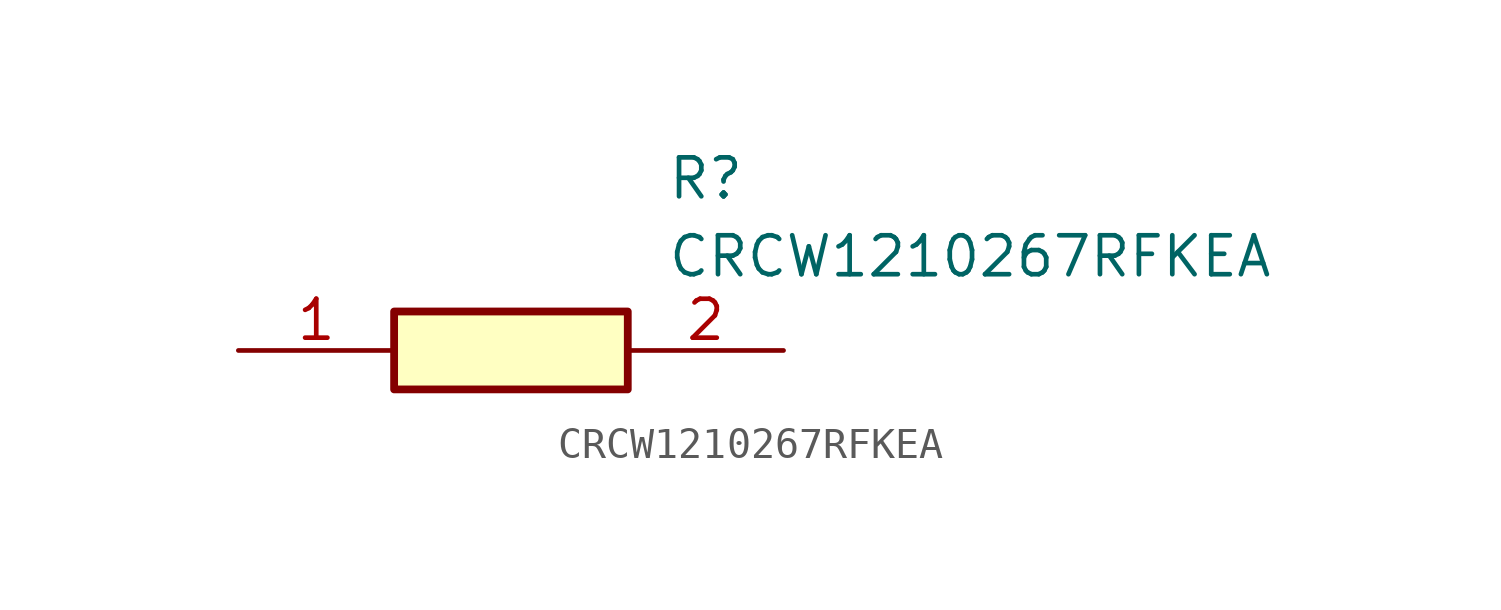
<source format=kicad_sym>
(kicad_symbol_lib
  (version 20211014)
  (generator SamacSys_ECAD_Model)
  (symbol "CRCW1210267RFKEA"
    (pin_names hide)
    (property "Reference" "R"
      (at 13.97 6.35 0)
      (effects (font (size 1.27 1.27)) (justify left top)))
    (property "Value" "CRCW1210267RFKEA"
      (at 13.97 3.81 0)
      (effects (font (size 1.27 1.27)) (justify left top)))
    (rectangle
      (start 5.08 1.27)
      (end 12.7 -1.27)
      (stroke (width 0.254) (type default))
      (fill (type background)))
    (pin passive line
      (at 0 0 0)
      (length 5.08)
      (name "1" (effects (font (size 1.27 1.27))))
      (number "1" (effects (font (size 1.27 1.27)))))
    (pin passive line
      (at 17.78 0 180)
      (length 5.08)
      (name "2" (effects (font (size 1.27 1.27))))
      (number "2" (effects (font (size 1.27 1.27)))))))
</source>
